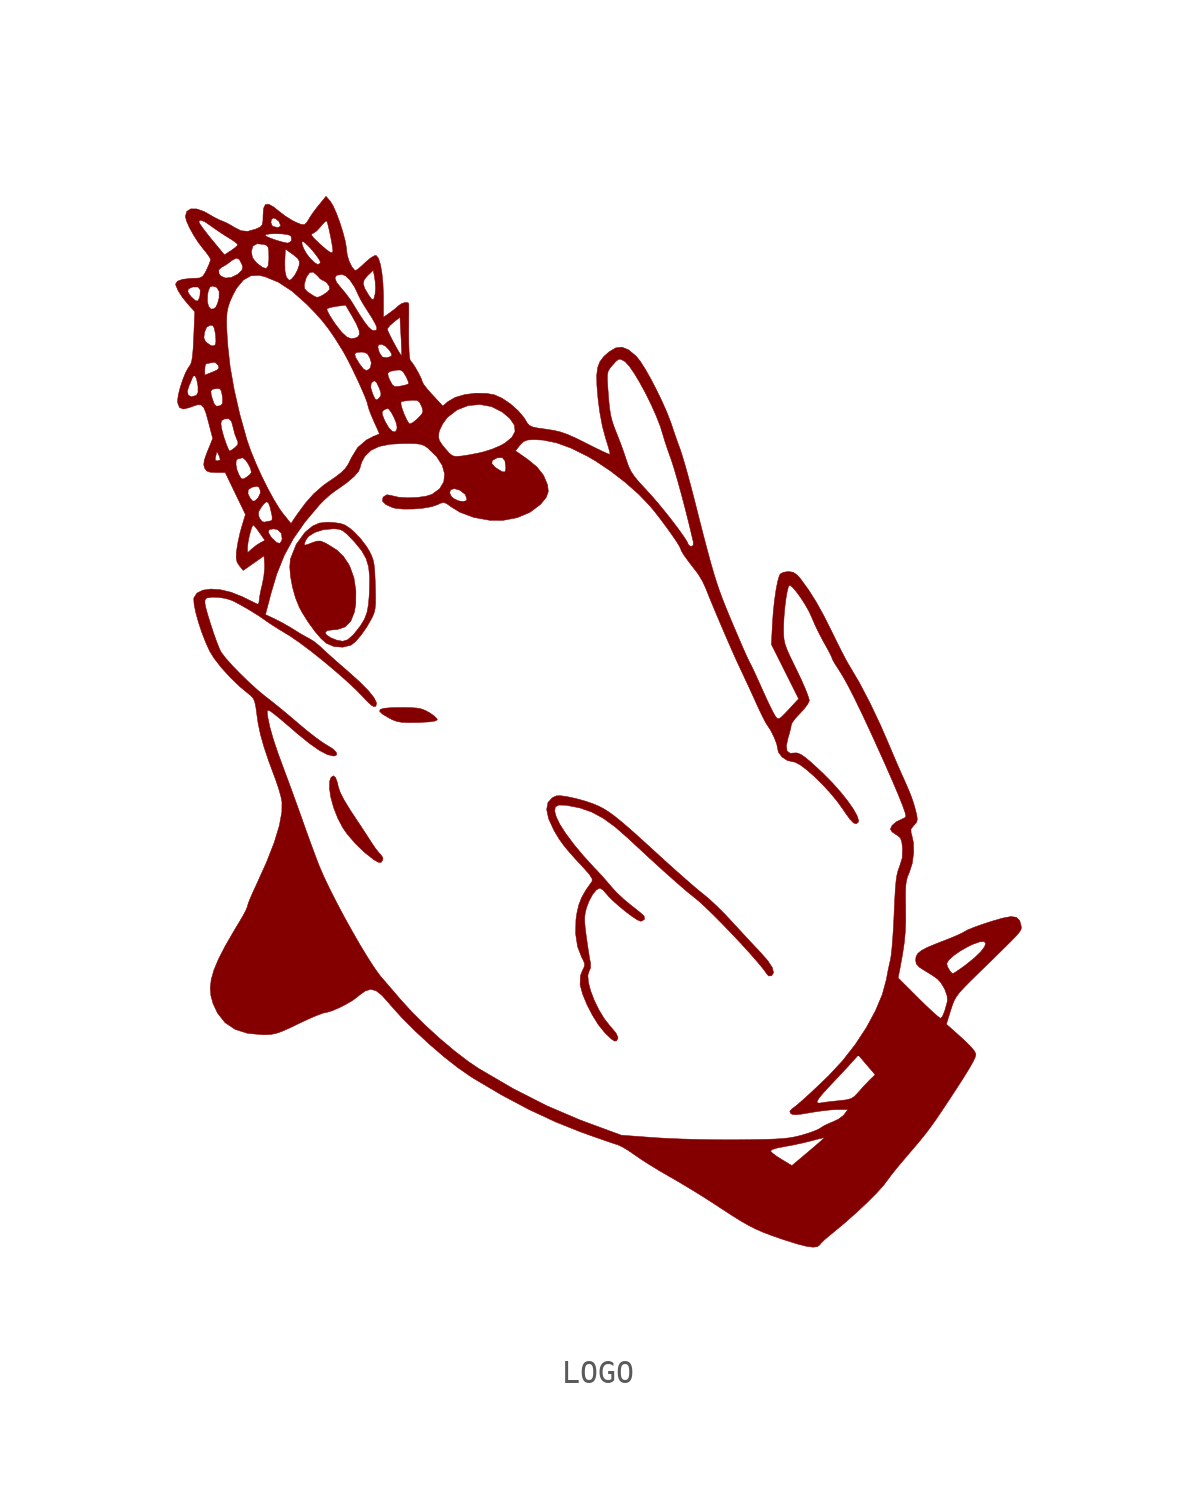
<source format=kicad_sym>
(kicad_symbol_lib
  (version 20220914)
  (generator bitmap2component)
  (symbol "LOGO"
    (pin_names
      (offset 1.016))
    (property "Reference" "#G"
      (at 0 23.41 0)
      (effects (font (size 1.27 1.27)) hide))
    (symbol "LOGO_0_0"
      (polyline (pts (xy 13.586 -22.91) (xy 13.691 -22.825) (xy 13.732 -22.77) (xy 13.886 -22.616) (xy 14.095 -22.438) (xy 14.242 -22.32) (xy 14.773 -21.877) (xy 15.284 -21.425) (xy 15.753 -20.986) (xy 16.155 -20.583) (xy 16.468 -20.237) (xy 16.669 -19.97) (xy 16.771 -19.83) (xy 16.961 -19.59) (xy 17.208 -19.289) (xy 17.485 -18.963) (xy 17.746 -18.658) (xy 18.044 -18.306) (xy 18.29 -18.002) (xy 18.512 -17.708) (xy 18.741 -17.387) (xy 19.003 -17.001) (xy 19.329 -16.51) (xy 19.656 -16.011) (xy 19.976 -15.512) (xy 20.212 -15.128) (xy 20.371 -14.847) (xy 20.461 -14.654) (xy 20.489 -14.539) (xy 20.485 -14.501) (xy 20.422 -14.374) (xy 20.273 -14.195) (xy 20.023 -13.947) (xy 19.656 -13.612) (xy 19.206 -13.213) (xy 19.397 -12.596) (xy 19.4 -12.589) (xy 19.473 -12.364) (xy 19.548 -12.179) (xy 19.645 -12.009) (xy 19.784 -11.826) (xy 19.985 -11.605) (xy 20.268 -11.318) (xy 20.653 -10.941) (xy 20.816 -10.782) (xy 21.303 -10.306) (xy 21.686 -9.931) (xy 21.977 -9.643) (xy 22.187 -9.428) (xy 22.33 -9.272) (xy 22.417 -9.16) (xy 22.46 -9.08) (xy 22.473 -9.017) (xy 22.467 -8.956) (xy 22.454 -8.885) (xy 22.401 -8.697) (xy 22.26 -8.554) (xy 22.02 -8.52) (xy 21.659 -8.587) (xy 21.657 -8.588) (xy 21.22 -8.714) (xy 20.797 -8.85) (xy 20.424 -8.983) (xy 20.139 -9.099) (xy 19.981 -9.185) (xy 19.901 -9.232) (xy 19.681 -9.335) (xy 19.37 -9.466) (xy 19.008 -9.608) (xy 18.777 -9.697) (xy 18.386 -9.86) (xy 18.123 -9.997) (xy 17.964 -10.124) (xy 17.886 -10.26) (xy 17.865 -10.419) (xy 17.865 -10.435) (xy 17.898 -10.58) (xy 19.219 -10.58) (xy 19.221 -10.561) (xy 19.316 -10.409) (xy 19.53 -10.216) (xy 19.83 -10.009) (xy 20.187 -9.81) (xy 20.35 -9.733) (xy 20.66 -9.623) (xy 20.849 -9.61) (xy 20.918 -9.685) (xy 20.869 -9.837) (xy 20.704 -10.054) (xy 20.426 -10.324) (xy 20.035 -10.638) (xy 20.006 -10.66) (xy 19.761 -10.835) (xy 19.575 -10.96) (xy 19.484 -11.007) (xy 19.452 -10.993) (xy 19.354 -10.881) (xy 19.261 -10.718) (xy 19.219 -10.58) (xy 17.898 -10.58) (xy 17.901 -10.59) (xy 18.023 -10.726) (xy 18.267 -10.883) (xy 18.419 -10.974) (xy 18.663 -11.131) (xy 18.826 -11.251) (xy 18.971 -11.412) (xy 19.133 -11.686) (xy 19.235 -11.971) (xy 19.249 -12.201) (xy 19.233 -12.272) (xy 19.131 -12.64) (xy 19.035 -12.873) (xy 18.95 -12.954) (xy 18.926 -12.943) (xy 18.794 -12.84) (xy 18.578 -12.647) (xy 18.299 -12.384) (xy 17.983 -12.074) (xy 17.102 -11.194) (xy 17.182 -10.783) (xy 17.189 -10.747) (xy 17.299 -10.142) (xy 17.373 -9.638) (xy 17.415 -9.174) (xy 17.432 -8.691) (xy 17.428 -8.128) (xy 17.424 -7.842) (xy 17.423 -7.445) (xy 17.436 -7.158) (xy 17.466 -6.945) (xy 17.517 -6.767) (xy 17.593 -6.588) (xy 17.715 -6.212) (xy 17.777 -5.76) (xy 17.771 -5.314) (xy 17.693 -4.946) (xy 17.667 -4.872) (xy 17.661 -4.706) (xy 17.777 -4.556) (xy 17.821 -4.514) (xy 17.909 -4.403) (xy 17.938 -4.274) (xy 17.911 -4.078) (xy 17.831 -3.768) (xy 17.767 -3.55) (xy 17.685 -3.311) (xy 17.574 -3.032) (xy 17.42 -2.674) (xy 17.208 -2.201) (xy 17.147 -2.064) (xy 17.011 -1.751) (xy 16.848 -1.37) (xy 16.68 -0.974) (xy 16.344 -0.198) (xy 15.873 0.797) (xy 15.404 1.692) (xy 14.953 2.455) (xy 14.931 2.491) (xy 14.809 2.711) (xy 14.64 3.035) (xy 14.442 3.428) (xy 14.236 3.85) (xy 14.224 3.873) (xy 13.861 4.599) (xy 13.526 5.202) (xy 13.196 5.724) (xy 12.848 6.202) (xy 12.708 6.364) (xy 12.531 6.487) (xy 12.322 6.519) (xy 12.312 6.519) (xy 12.097 6.487) (xy 11.963 6.413) (xy 11.922 6.334) (xy 11.848 6.082) (xy 11.777 5.712) (xy 11.712 5.259) (xy 11.658 4.755) (xy 11.622 4.233) (xy 11.577 3.344) (xy 12.171 2.158) (xy 12.765 0.972) (xy 12.327 0.501) (xy 12.161 0.324) (xy 11.999 0.165) (xy 11.898 0.103) (xy 11.828 0.122) (xy 11.755 0.206) (xy 11.749 0.215) (xy 11.659 0.373) (xy 11.521 0.647) (xy 11.354 1) (xy 11.174 1.397) (xy 11.152 1.448) (xy 10.975 1.84) (xy 10.817 2.184) (xy 10.693 2.443) (xy 10.62 2.582) (xy 10.612 2.597) (xy 10.536 2.753) (xy 10.409 3.035) (xy 10.243 3.414) (xy 10.05 3.865) (xy 9.84 4.36) (xy 9.733 4.615) (xy 9.573 5.005) (xy 9.433 5.361) (xy 9.306 5.707) (xy 9.185 6.064) (xy 9.064 6.453) (xy 8.936 6.898) (xy 8.794 7.419) (xy 8.631 8.038) (xy 8.441 8.779) (xy 8.218 9.661) (xy 8.214 9.676) (xy 8.072 10.224) (xy 7.929 10.753) (xy 7.795 11.227) (xy 7.68 11.609) (xy 7.596 11.863) (xy 7.498 12.129) (xy 7.359 12.527) (xy 7.244 12.869) (xy 7.202 12.995) (xy 7.034 13.432) (xy 6.82 13.918) (xy 6.578 14.421) (xy 6.327 14.906) (xy 6.084 15.336) (xy 5.866 15.678) (xy 5.692 15.898) (xy 5.669 15.921) (xy 5.347 16.187) (xy 5.062 16.301) (xy 4.788 16.269) (xy 4.496 16.094) (xy 4.265 15.887) (xy 4.103 15.67) (xy 4.004 15.413) (xy 3.962 15.084) (xy 4.427 15.084) (xy 4.459 15.244) (xy 4.534 15.377) (xy 4.664 15.531) (xy 4.791 15.673) (xy 4.91 15.77) (xy 5.017 15.77) (xy 5.166 15.691) (xy 5.212 15.659) (xy 5.39 15.461) (xy 5.608 15.145) (xy 5.849 14.741) (xy 6.098 14.279) (xy 6.339 13.79) (xy 6.556 13.303) (xy 6.733 12.85) (xy 6.854 12.46) (xy 6.867 12.413) (xy 6.946 12.155) (xy 7.06 11.816) (xy 7.188 11.455) (xy 7.215 11.38) (xy 7.338 10.996) (xy 7.487 10.488) (xy 7.653 9.887) (xy 7.827 9.226) (xy 7.999 8.537) (xy 8.162 7.853) (xy 8.17 7.815) (xy 8.173 7.663) (xy 8.087 7.62) (xy 8.027 7.628) (xy 7.959 7.691) (xy 7.913 7.803) (xy 7.775 8.021) (xy 7.566 8.318) (xy 7.306 8.666) (xy 7.013 9.039) (xy 6.709 9.413) (xy 6.413 9.76) (xy 6.146 10.054) (xy 6.134 10.067) (xy 5.824 10.401) (xy 5.608 10.66) (xy 5.459 10.883) (xy 5.35 11.113) (xy 5.254 11.388) (xy 5.143 11.719) (xy 4.98 12.169) (xy 4.821 12.573) (xy 4.736 12.787) (xy 4.642 13.056) (xy 4.575 13.323) (xy 4.525 13.63) (xy 4.485 14.02) (xy 4.447 14.537) (xy 4.428 14.849) (xy 4.427 15.084) (xy 3.962 15.084) (xy 3.962 15.084) (xy 3.969 14.653) (xy 4.016 14.087) (xy 4.091 13.493) (xy 4.21 12.85) (xy 4.351 12.327) (xy 4.387 12.215) (xy 4.476 11.925) (xy 4.532 11.715) (xy 4.542 11.626) (xy 4.535 11.626) (xy 4.421 11.667) (xy 4.192 11.771) (xy 3.877 11.923) (xy 3.504 12.111) (xy 3.477 12.125) (xy 3.035 12.345) (xy 2.689 12.498) (xy 2.393 12.601) (xy 2.1 12.671) (xy 1.762 12.724) (xy 1.73 12.728) (xy 1.388 12.776) (xy 1.169 12.823) (xy 1.032 12.888) (xy 0.938 12.989) (xy 0.844 13.146) (xy 0.793 13.227) (xy 0.535 13.533) (xy 0.198 13.831) (xy -0.163 14.075) (xy -0.491 14.221) (xy -0.833 14.284) (xy -1.312 14.294) (xy -1.789 14.234) (xy -2.209 14.11) (xy -2.52 13.93) (xy -2.746 13.736) (xy -3.191 14.213) (xy -3.233 14.259) (xy -3.438 14.493) (xy -3.583 14.681) (xy -3.638 14.785) (xy -3.639 14.795) (xy -3.692 14.942) (xy -3.803 15.165) (xy -3.939 15.406) (xy -4.068 15.607) (xy -4.159 15.712) (xy -4.165 15.718) (xy -4.194 15.842) (xy -4.217 16.103) (xy -4.23 16.472) (xy -4.233 16.92) (xy -4.232 17.03) (xy -4.23 17.452) (xy -4.228 17.809) (xy -4.228 18.066) (xy -4.229 18.188) (xy -4.26 18.238) (xy -4.386 18.251) (xy -4.554 18.197) (xy -4.7 18.089) (xy -4.717 18.071) (xy -4.86 17.948) (xy -5.06 17.799) (xy -5.334 17.606) (xy -5.334 18.441) (xy -5.335 18.552) (xy -5.355 19.077) (xy -5.402 19.541) (xy -5.469 19.917) (xy -5.554 20.178) (xy -5.65 20.297) (xy -5.726 20.289) (xy -5.904 20.184) (xy -6.127 19.993) (xy -6.289 19.84) (xy -6.456 19.698) (xy -6.545 19.643) (xy -6.601 19.667) (xy -6.715 19.81) (xy -6.825 20.037) (xy -6.909 20.295) (xy -6.942 20.532) (xy -6.948 20.628) (xy -7.004 20.942) (xy -7.106 21.329) (xy -7.238 21.744) (xy -7.384 22.136) (xy -7.527 22.458) (xy -7.654 22.663) (xy -7.839 22.878) (xy -8.139 22.509) (xy -8.259 22.359) (xy -8.429 22.132) (xy -8.535 21.971) (xy -8.541 21.962) (xy -8.673 21.74) (xy -8.78 21.644) (xy -8.921 21.653) (xy -9.151 21.746) (xy -9.309 21.825) (xy -9.62 22.02) (xy -9.906 22.24) (xy -10.108 22.404) (xy -10.334 22.532) (xy -10.48 22.517) (xy -10.56 22.356) (xy -10.583 22.045) (xy -10.588 21.795) (xy -10.602 21.727) (xy -10.24 21.727) (xy -10.222 21.865) (xy -10.135 21.929) (xy -10.05 21.911) (xy -9.892 21.788) (xy -9.821 21.615) (xy -9.829 21.574) (xy -9.932 21.515) (xy -10.139 21.561) (xy -10.188 21.597) (xy -10.24 21.727) (xy -10.602 21.727) (xy -10.621 21.634) (xy -10.708 21.539) (xy -10.877 21.459) (xy -10.9 21.449) (xy -11.25 21.35) (xy -11.547 21.377) (xy -11.855 21.536) (xy -11.905 21.569) (xy -12.153 21.709) (xy -12.361 21.799) (xy -12.458 21.836) (xy -12.698 21.954) (xy -12.961 22.107) (xy -13.152 22.214) (xy -13.475 22.327) (xy -13.735 22.329) (xy -13.907 22.22) (xy -13.97 22.004) (xy -13.923 21.809) (xy -13.9 21.756) (xy -13.377 21.756) (xy -13.373 21.792) (xy -13.297 21.838) (xy -13.118 21.765) (xy -12.831 21.569) (xy -12.723 21.489) (xy -12.391 21.262) (xy -12.258 21.179) (xy -10.499 21.179) (xy -10.451 21.212) (xy -10.281 21.239) (xy -10.038 21.248) (xy -9.775 21.24) (xy -9.547 21.215) (xy -9.484 21.197) (xy -8.477 21.197) (xy -8.45 21.247) (xy -8.405 21.259) (xy -8.248 21.366) (xy -8.078 21.55) (xy -8.01 21.636) (xy -7.879 21.771) (xy -7.807 21.805) (xy -7.806 21.804) (xy -7.771 21.704) (xy -7.718 21.489) (xy -7.657 21.211) (xy -7.6 20.921) (xy -7.557 20.671) (xy -7.538 20.511) (xy -7.539 20.484) (xy -7.572 20.416) (xy -7.671 20.445) (xy -7.852 20.578) (xy -8.133 20.824) (xy -8.367 21.051) (xy -8.477 21.197) (xy -9.484 21.197) (xy -9.407 21.174) (xy -9.354 21.117) (xy -9.341 20.964) (xy -9.382 20.897) (xy -9.416 20.88) (xy -8.893 20.88) (xy -8.835 20.903) (xy -8.735 20.833) (xy -8.571 20.672) (xy -8.389 20.466) (xy -8.225 20.254) (xy -8.111 20.08) (xy -8.083 19.985) (xy -8.117 19.94) (xy -8.202 19.907) (xy -8.329 19.98) (xy -8.529 20.172) (xy -8.54 20.184) (xy -8.682 20.367) (xy -8.799 20.571) (xy -8.875 20.756) (xy -8.893 20.88) (xy -9.416 20.88) (xy -9.501 20.838) (xy -9.531 20.841) (xy -9.741 20.885) (xy -9.994 20.958) (xy -10.24 21.044) (xy -10.425 21.123) (xy -10.499 21.179) (xy -12.258 21.179) (xy -12.075 21.063) (xy -11.923 20.968) (xy -11.751 20.843) (xy -11.685 20.767) (xy -11.693 20.747) (xy -11.794 20.646) (xy -11.976 20.513) (xy -12.076 20.449) (xy -11.091 20.449) (xy -11.09 20.492) (xy -11.021 20.713) (xy -10.842 20.808) (xy -10.548 20.78) (xy -10.435 20.741) (xy -10.364 20.664) (xy -10.335 20.507) (xy -10.329 20.226) (xy -10.331 20.098) (xy -10.341 20.017) (xy -9.635 20.017) (xy -9.61 20.576) (xy -9.285 20.345) (xy -9.258 20.325) (xy -9.072 20.171) (xy -8.999 20.039) (xy -9.009 19.875) (xy -9.076 19.671) (xy -9.206 19.43) (xy -9.326 19.285) (xy -9.409 19.222) (xy -9.457 19.229) (xy -9.566 19.353) (xy -9.627 19.621) (xy -9.635 20.017) (xy -10.341 20.017) (xy -10.362 19.838) (xy -10.444 19.733) (xy -10.595 19.772) (xy -10.831 19.947) (xy -10.879 19.989) (xy -11.044 20.201) (xy -11.091 20.449) (xy -12.076 20.449) (xy -12.266 20.326) (xy -12.822 20.997) (xy -12.987 21.201) (xy -13.188 21.462) (xy -13.326 21.658) (xy -13.377 21.756) (xy -13.9 21.756) (xy -13.797 21.523) (xy -13.616 21.193) (xy -13.405 20.865) (xy -13.19 20.583) (xy -13.054 20.418) (xy -12.921 20.231) (xy -12.869 20.123) (xy -12.878 20.078) (xy -12.941 19.903) (xy -13.045 19.672) (xy -12.514 19.672) (xy -12.383 19.787) (xy -12.37 19.792) (xy -12.197 19.89) (xy -11.994 20.039) (xy -11.934 20.086) (xy -11.749 20.182) (xy -11.617 20.128) (xy -11.506 19.916) (xy -11.47 19.786) (xy -11.505 19.654) (xy -11.659 19.504) (xy -11.697 19.474) (xy -11.967 19.34) (xy -12.229 19.315) (xy -12.429 19.406) (xy -12.502 19.505) (xy -12.514 19.672) (xy -13.045 19.672) (xy -13.046 19.669) (xy -13.1 19.561) (xy -13.212 19.39) (xy -13.341 19.319) (xy -13.544 19.304) (xy -13.723 19.3) (xy -14.084 19.259) (xy -14.313 19.178) (xy -14.393 19.061) (xy -14.384 18.994) (xy -14.282 18.757) (xy -14.257 18.719) (xy -13.867 18.719) (xy -13.839 18.84) (xy -13.661 18.919) (xy -13.635 18.925) (xy -13.42 18.924) (xy -13.32 18.8) (xy -13.333 18.55) (xy -13.357 18.453) (xy -13.426 18.315) (xy -13.53 18.327) (xy -13.701 18.484) (xy -13.748 18.535) (xy -13.867 18.719) (xy -14.257 18.719) (xy -14.086 18.457) (xy -13.949 18.291) (xy -13.011 18.291) (xy -13.001 18.584) (xy -12.966 18.767) (xy -12.897 18.922) (xy -12.79 18.965) (xy -12.606 18.911) (xy -12.497 18.733) (xy -12.5 18.448) (xy -12.503 18.434) (xy -12.565 18.208) (xy -12.638 18.055) (xy -12.723 17.975) (xy -12.854 17.961) (xy -12.956 18.075) (xy -13.011 18.291) (xy -13.949 18.291) (xy -13.818 18.132) (xy -13.56 17.849) (xy -13.572 17.545) (xy -12.172 17.545) (xy -12.15 17.829) (xy -12.099 18.073) (xy -12.015 18.31) (xy -11.896 18.576) (xy -11.733 18.876) (xy -11.442 19.226) (xy -11.118 19.412) (xy -10.764 19.433) (xy -10.506 19.375) (xy -9.919 19.135) (xy -9.748 19.023) (xy -8.789 19.023) (xy -8.715 19.285) (xy -8.683 19.367) (xy -8.552 19.554) (xy -8.398 19.574) (xy -8.225 19.427) (xy -8.222 19.424) (xy -8.125 19.318) (xy -7.45 19.318) (xy -7.373 19.434) (xy -7.145 19.473) (xy -6.988 19.411) (xy -6.792 19.219) (xy -6.695 19.075) (xy -6.216 19.075) (xy -6.172 19.245) (xy -6.023 19.419) (xy -5.78 19.652) (xy -5.727 19.383) (xy -5.692 19.136) (xy -5.679 18.849) (xy -5.698 18.628) (xy -5.742 18.44) (xy -5.787 18.371) (xy -5.858 18.404) (xy -5.978 18.569) (xy -5.982 18.575) (xy -6.154 18.866) (xy -6.216 19.075) (xy -6.695 19.075) (xy -6.597 18.93) (xy -6.432 18.578) (xy -6.349 18.408) (xy -6.2 18.151) (xy -6.02 17.867) (xy -5.845 17.592) (xy -5.706 17.349) (xy -5.632 17.192) (xy -5.628 17.18) (xy -5.626 17.084) (xy -5.165 17.084) (xy -5.158 17.109) (xy -5.062 17.235) (xy -4.889 17.391) (xy -4.614 17.607) (xy -4.571 16.783) (xy -4.559 16.56) (xy -4.546 16.245) (xy -4.54 16.023) (xy -4.542 15.932) (xy -4.57 15.956) (xy -4.657 16.089) (xy -4.779 16.301) (xy -4.913 16.548) (xy -5.038 16.789) (xy -5.129 16.982) (xy -5.165 17.084) (xy -5.626 17.084) (xy -5.625 17.052) (xy -5.747 17.018) (xy -5.749 17.018) (xy -5.856 17.057) (xy -5.992 17.182) (xy -6.168 17.41) (xy -6.396 17.756) (xy -6.69 18.236) (xy -6.766 18.355) (xy -6.978 18.642) (xy -7.205 18.911) (xy -7.377 19.125) (xy -7.45 19.318) (xy -8.125 19.318) (xy -8.089 19.279) (xy -7.995 19.219) (xy -7.953 19.212) (xy -7.812 19.116) (xy -7.701 18.964) (xy -7.678 18.827) (xy -7.781 18.705) (xy -7.965 18.581) (xy -8.126 18.498) (xy -8.231 18.473) (xy -8.342 18.517) (xy -8.53 18.636) (xy -8.65 18.718) (xy -8.774 18.854) (xy -8.789 19.023) (xy -9.748 19.023) (xy -9.318 18.741) (xy -8.693 18.186) (xy -8.482 17.97) (xy -7.8 17.97) (xy -7.769 17.989) (xy -7.604 18.04) (xy -7.363 18.084) (xy -6.985 18.134) (xy -6.718 17.682) (xy -6.517 17.319) (xy -6.399 17.041) (xy -6.378 16.859) (xy -6.447 16.755) (xy -6.532 16.708) (xy -6.729 16.667) (xy -6.928 16.743) (xy -7.152 16.948) (xy -7.422 17.295) (xy -7.513 17.426) (xy -7.678 17.685) (xy -7.78 17.878) (xy -7.8 17.97) (xy -8.482 17.97) (xy -8.331 17.815) (xy -8.009 17.456) (xy -7.726 17.095) (xy -7.445 16.684) (xy -7.205 16.299) (xy -5.58 16.299) (xy -5.55 16.4) (xy -5.424 16.425) (xy -5.409 16.424) (xy -5.247 16.346) (xy -5.086 16.18) (xy -4.988 16.029) (xy -4.968 15.936) (xy -5.045 15.884) (xy -5.199 15.84) (xy -5.386 15.873) (xy -5.505 16.05) (xy -5.521 16.09) (xy -5.58 16.299) (xy -7.205 16.299) (xy -7.125 16.171) (xy -7.027 16.002) (xy -6.587 16.002) (xy -6.511 16.07) (xy -6.318 16.087) (xy -6.186 16.08) (xy -6.03 16.009) (xy -5.923 15.823) (xy -5.863 15.619) (xy -5.897 15.425) (xy -5.955 15.345) (xy -6.074 15.277) (xy -6.207 15.351) (xy -6.379 15.574) (xy -6.402 15.609) (xy -6.55 15.857) (xy -6.587 16.002) (xy -7.027 16.002) (xy -7.026 16.001) (xy -6.851 15.671) (xy -6.66 15.287) (xy -6.6 15.161) (xy -5.147 15.161) (xy -5.052 15.242) (xy -4.812 15.294) (xy -4.782 15.299) (xy -4.599 15.306) (xy -4.48 15.232) (xy -4.361 15.04) (xy -4.325 14.972) (xy -4.249 14.791) (xy -4.237 14.701) (xy -4.247 14.694) (xy -4.377 14.651) (xy -4.59 14.604) (xy -4.658 14.592) (xy -4.836 14.581) (xy -4.944 14.655) (xy -5.05 14.849) (xy -5.121 15.007) (xy -5.147 15.161) (xy -6.6 15.161) (xy -6.468 14.884) (xy -6.314 14.545) (xy -5.889 14.545) (xy -5.869 14.72) (xy -5.84 14.762) (xy -5.737 14.839) (xy -5.637 14.766) (xy -5.525 14.535) (xy -5.51 14.499) (xy -5.444 14.299) (xy -5.451 14.179) (xy -5.532 14.075) (xy -5.563 14.044) (xy -5.644 14.001) (xy -5.714 14.068) (xy -5.806 14.269) (xy -5.806 14.269) (xy -5.889 14.545) (xy -6.314 14.545) (xy -6.292 14.495) (xy -6.146 14.155) (xy -6.048 13.897) (xy -6.026 13.813) (xy -4.571 13.813) (xy -4.567 13.916) (xy -4.545 13.927) (xy -4.395 13.957) (xy -4.163 13.983) (xy -4.065 13.99) (xy -3.875 13.982) (xy -3.768 13.909) (xy -3.681 13.739) (xy -3.648 13.659) (xy -3.613 13.506) (xy -3.664 13.38) (xy -3.821 13.21) (xy -3.885 13.149) (xy -4.062 13.01) (xy -4.184 12.954) (xy -4.234 12.993) (xy -4.327 13.15) (xy -4.429 13.375) (xy -4.518 13.614) (xy -4.571 13.813) (xy -6.026 13.813) (xy -6.011 13.755) (xy -6.011 13.75) (xy -5.973 13.613) (xy -5.924 13.483) (xy -5.391 13.483) (xy -5.33 13.551) (xy -5.263 13.589) (xy -5.152 13.63) (xy -5.089 13.589) (xy -4.979 13.435) (xy -4.866 13.219) (xy -4.777 12.996) (xy -4.741 12.822) (xy -4.753 12.709) (xy -4.827 12.605) (xy -4.95 12.633) (xy -5.099 12.783) (xy -5.252 13.044) (xy -5.308 13.166) (xy -5.386 13.369) (xy -5.391 13.483) (xy -5.924 13.483) (xy -5.883 13.375) (xy -5.759 13.084) (xy -5.506 12.521) (xy -5.78 12.406) (xy -5.811 12.391) (xy -2.934 12.391) (xy -2.913 12.584) (xy -2.889 12.675) (xy -2.756 12.952) (xy -2.565 13.216) (xy -2.539 13.244) (xy -2.126 13.565) (xy -1.645 13.752) (xy -1.131 13.802) (xy -0.621 13.71) (xy -0.154 13.472) (xy 0.18 13.188) (xy 0.375 12.9) (xy 0.403 12.627) (xy 0.262 12.366) (xy -0.045 12.114) (xy -0.238 12.008) (xy -0.595 11.856) (xy -0.953 11.742) (xy -1.196 11.685) (xy -1.58 11.61) (xy -1.905 11.559) (xy -1.952 11.554) (xy -2.176 11.537) (xy -2.326 11.57) (xy -2.464 11.679) (xy -2.65 11.891) (xy -2.776 12.046) (xy -2.896 12.231) (xy -2.934 12.391) (xy -5.811 12.391) (xy -6.072 12.258) (xy -6.456 11.929) (xy -6.732 11.479) (xy -6.755 11.429) (xy -6.872 11.195) (xy -7.002 11.007) (xy -7.178 10.832) (xy -7.433 10.636) (xy -7.8 10.385) (xy -7.971 10.262) (xy -8.379 9.904) (xy -8.721 9.52) (xy -8.729 9.509) (xy -8.936 9.231) (xy -9.117 8.981) (xy -9.233 8.813) (xy -9.364 8.612) (xy -9.731 9.068) (xy -9.869 9.26) (xy -10.112 9.657) (xy -10.378 10.147) (xy -10.647 10.689) (xy -10.899 11.245) (xy -11.116 11.774) (xy -11.277 12.234) (xy -11.293 12.287) (xy -11.596 13.372) (xy -11.84 14.438) (xy -12.017 15.441) (xy -12.117 16.341) (xy -12.143 16.714) (xy -12.169 17.185) (xy -12.172 17.545) (xy -13.572 17.545) (xy -13.606 16.735) (xy -13.608 16.708) (xy -13.163 16.708) (xy -13.138 16.933) (xy -13.135 16.95) (xy -13.045 17.17) (xy -12.898 17.255) (xy -12.88 17.258) (xy -12.774 17.241) (xy -12.71 17.133) (xy -12.663 16.896) (xy -12.649 16.782) (xy -12.638 16.555) (xy -12.658 16.426) (xy -12.711 16.365) (xy -12.836 16.36) (xy -13.026 16.489) (xy -13.1 16.561) (xy -13.163 16.708) (xy -13.608 16.708) (xy -13.629 16.268) (xy -13.657 15.929) (xy -13.693 15.699) (xy -13.742 15.549) (xy -13.809 15.449) (xy -13.827 15.428) (xy -13.947 15.216) (xy -14.002 15.084) (xy -13.123 15.084) (xy -13.123 15.332) (xy -13.105 15.505) (xy -13.06 15.58) (xy -12.986 15.59) (xy -12.813 15.63) (xy -12.674 15.636) (xy -12.541 15.514) (xy -12.533 15.497) (xy -12.507 15.39) (xy -12.581 15.309) (xy -12.788 15.216) (xy -13.123 15.084) (xy -14.002 15.084) (xy -14.076 14.906) (xy -14.192 14.556) (xy -14.236 14.384) (xy -13.884 14.384) (xy -13.807 14.627) (xy -13.764 14.715) (xy -13.682 14.922) (xy -13.634 15.032) (xy -13.559 15.06) (xy -13.487 14.937) (xy -13.431 14.674) (xy -13.419 14.577) (xy -13.418 14.389) (xy -12.859 14.389) (xy -12.788 14.465) (xy -12.612 14.497) (xy -12.589 14.5) (xy -12.467 14.486) (xy -12.401 14.388) (xy -12.358 14.164) (xy -12.344 14.041) (xy -12.353 13.846) (xy -12.427 13.761) (xy -12.482 13.742) (xy -12.619 13.73) (xy -12.711 13.824) (xy -12.795 14.055) (xy -12.843 14.228) (xy -12.859 14.389) (xy -13.418 14.389) (xy -13.418 14.329) (xy -13.483 14.21) (xy -13.508 14.194) (xy -13.712 14.137) (xy -13.845 14.21) (xy -13.884 14.384) (xy -14.236 14.384) (xy -14.276 14.224) (xy -14.309 13.969) (xy -14.303 13.87) (xy -14.225 13.668) (xy -14.049 13.603) (xy -13.773 13.673) (xy -13.67 13.715) (xy -13.441 13.79) (xy -13.283 13.783) (xy -13.17 13.673) (xy -13.075 13.439) (xy -12.97 13.06) (xy -12.948 12.975) (xy -12.42 12.975) (xy -12.39 13.101) (xy -12.28 13.165) (xy -12.244 13.175) (xy -12.07 13.18) (xy -11.96 13.064) (xy -11.888 12.803) (xy -11.884 12.783) (xy -11.813 12.509) (xy -11.725 12.281) (xy -11.679 12.177) (xy -11.683 12.05) (xy -11.813 11.921) (xy -11.956 11.815) (xy -12.036 11.769) (xy -12.042 11.771) (xy -12.099 11.865) (xy -12.182 12.065) (xy -12.271 12.321) (xy -12.349 12.582) (xy -12.399 12.799) (xy -12.42 12.975) (xy -12.948 12.975) (xy -12.777 12.319) (xy -12.999 11.775) (xy -13.055 11.635) (xy -13.107 11.479) (xy -12.667 11.479) (xy -12.644 11.548) (xy -12.609 11.712) (xy -12.593 11.73) (xy -12.542 11.661) (xy -12.485 11.534) (xy -12.452 11.409) (xy -12.467 11.377) (xy -12.582 11.345) (xy -12.659 11.366) (xy -12.667 11.479) (xy -13.107 11.479) (xy -13.146 11.364) (xy -13.168 11.184) (xy -11.764 11.184) (xy -11.755 11.36) (xy -11.691 11.43) (xy -11.653 11.433) (xy -11.496 11.475) (xy -11.464 11.475) (xy -11.354 11.386) (xy -11.231 11.215) (xy -11.132 11.016) (xy -11.091 10.844) (xy -11.151 10.755) (xy -11.301 10.635) (xy -11.314 10.627) (xy -11.455 10.55) (xy -11.543 10.584) (xy -11.639 10.748) (xy -11.721 10.957) (xy -11.764 11.184) (xy -13.168 11.184) (xy -13.168 11.178) (xy -13.132 11.034) (xy -13.127 11.024) (xy -13.041 10.906) (xy -12.896 10.851) (xy -12.638 10.837) (xy -12.233 10.837) (xy -11.792 9.923) (xy -11.788 9.914) (xy -11.241 9.914) (xy -11.23 10.091) (xy -11.07 10.191) (xy -11.038 10.2) (xy -10.854 10.236) (xy -10.764 10.199) (xy -10.708 10.069) (xy -10.697 9.944) (xy -10.8 9.731) (xy -10.944 9.595) (xy -11.046 9.596) (xy -11.156 9.736) (xy -11.241 9.914) (xy -11.788 9.914) (xy -11.351 9.008) (xy -11.361 8.973) (xy -10.784 8.973) (xy -10.776 9.128) (xy -10.663 9.32) (xy -10.55 9.468) (xy -10.437 9.561) (xy -10.352 9.521) (xy -10.279 9.336) (xy -10.202 8.996) (xy -10.186 8.903) (xy -10.192 8.76) (xy -10.273 8.721) (xy -10.323 8.718) (xy -10.519 8.675) (xy -10.624 8.695) (xy -10.739 8.851) (xy -10.784 8.973) (xy -11.361 8.973) (xy -11.515 8.465) (xy -11.588 8.2) (xy -11.677 7.799) (xy -11.733 7.452) (xy -11.741 7.382) (xy -11.743 7.337) (xy -11.261 7.337) (xy -11.261 7.562) (xy -11.26 7.581) (xy -11.237 7.789) (xy -11.188 8.043) (xy -11.124 8.29) (xy -11.06 8.476) (xy -11.01 8.548) (xy -10.983 8.529) (xy -10.877 8.407) (xy -10.756 8.241) (xy -10.358 8.241) (xy -10.314 8.348) (xy -10.123 8.382) (xy -9.95 8.346) (xy -9.787 8.191) (xy -9.751 7.949) (xy -9.767 7.873) (xy -9.847 7.749) (xy -9.984 7.78) (xy -10.183 7.966) (xy -10.256 8.056) (xy -10.358 8.241) (xy -10.756 8.241) (xy -10.734 8.211) (xy -10.503 7.878) (xy -10.691 7.781) (xy -10.863 7.674) (xy -11.07 7.51) (xy -11.261 7.337) (xy -11.743 7.337) (xy -11.753 7.111) (xy -11.716 6.93) (xy -11.617 6.775) (xy -11.449 6.567) (xy -10.995 6.885) (xy -10.541 7.204) (xy -10.515 6.827) (xy -10.516 6.641) (xy -10.552 6.291) (xy -10.621 5.943) (xy -10.678 5.707) (xy -10.732 5.431) (xy -10.753 5.251) (xy -10.767 5.142) (xy -10.816 5.094) (xy -10.826 5.099) (xy -10.954 5.16) (xy -11.183 5.272) (xy -11.472 5.414) (xy -11.49 5.423) (xy -11.97 5.615) (xy -12.435 5.726) (xy -12.857 5.757) (xy -13.209 5.708) (xy -13.465 5.58) (xy -13.598 5.372) (xy -13.604 5.329) (xy -13.594 5.163) (xy -13.12 5.163) (xy -13.113 5.278) (xy -13.071 5.343) (xy -13.012 5.372) (xy -12.795 5.403) (xy -12.504 5.392) (xy -12.198 5.342) (xy -11.938 5.259) (xy -11.824 5.204) (xy -11.496 5.028) (xy -11.122 4.809) (xy -10.766 4.587) (xy -10.492 4.397) (xy -10.425 4.349) (xy -10.176 4.183) (xy -9.854 3.979) (xy -9.511 3.771) (xy -9.389 3.696) (xy -8.983 3.417) (xy -8.504 3.057) (xy -7.985 2.644) (xy -7.462 2.207) (xy -6.968 1.775) (xy -6.539 1.375) (xy -6.207 1.035) (xy -6.043 0.86) (xy -5.861 0.69) (xy -5.743 0.626) (xy -5.664 0.653) (xy -5.635 0.792) (xy -5.745 1.019) (xy -5.993 1.328) (xy -6.377 1.716) (xy -6.893 2.178) (xy -6.913 2.196) (xy -7.263 2.499) (xy -7.592 2.79) (xy -7.864 3.035) (xy -8.043 3.204) (xy -8.129 3.284) (xy -8.376 3.481) (xy -8.594 3.614) (xy -8.695 3.665) (xy -8.956 3.812) (xy -9.229 3.983) (xy -9.362 4.066) (xy -9.709 4.266) (xy -10.044 4.439) (xy -10.478 4.645) (xy -10.226 5.604) (xy -9.985 6.41) (xy -9.663 7.213) (xy -9.263 7.952) (xy -8.759 8.674) (xy -8.128 9.423) (xy -7.931 9.625) (xy -7.652 9.876) (xy -7.408 10.059) (xy -7.316 10.118) (xy -6.927 10.395) (xy -6.621 10.658) (xy -6.421 10.884) (xy -6.35 11.054) (xy -6.347 11.089) (xy -6.282 11.293) (xy -6.157 11.522) (xy -6.13 11.561) (xy -5.876 11.805) (xy -5.522 11.972) (xy -5.049 12.069) (xy -4.435 12.103) (xy -4.259 12.103) (xy -3.934 12.094) (xy -3.715 12.066) (xy -3.559 12.009) (xy -3.419 11.917) (xy -3.399 11.901) (xy -3.016 11.53) (xy -2.824 11.23) (xy -0.613 11.23) (xy -0.588 11.361) (xy -0.397 11.467) (xy -0.353 11.481) (xy -0.153 11.485) (xy -0.039 11.351) (xy -0.001 11.07) (xy -0.006 10.953) (xy -0.049 10.857) (xy -0.164 10.876) (xy -0.381 11.006) (xy -0.473 11.071) (xy -0.613 11.23) (xy -2.824 11.23) (xy -2.771 11.149) (xy -2.667 10.775) (xy -2.706 10.427) (xy -2.889 10.124) (xy -3.115 9.959) (xy -2.451 9.959) (xy -2.4 10.086) (xy -2.247 10.135) (xy -2.018 10.069) (xy -1.995 10.057) (xy -1.769 9.88) (xy -1.695 9.673) (xy -1.728 9.607) (xy -1.868 9.571) (xy -2.067 9.603) (xy -2.267 9.699) (xy -2.374 9.793) (xy -2.451 9.959) (xy -3.115 9.959) (xy -3.217 9.885) (xy -3.49 9.801) (xy -3.866 9.75) (xy -4.28 9.735) (xy -4.667 9.759) (xy -4.962 9.825) (xy -4.994 9.836) (xy -5.182 9.867) (xy -5.32 9.787) (xy -5.36 9.739) (xy -5.375 9.586) (xy -5.231 9.44) (xy -4.933 9.307) (xy -4.812 9.277) (xy -4.466 9.242) (xy -4.049 9.245) (xy -3.622 9.28) (xy -3.243 9.345) (xy -2.973 9.435) (xy -2.861 9.492) (xy -2.72 9.531) (xy -2.589 9.487) (xy -2.397 9.349) (xy -2.011 9.11) (xy -1.395 8.878) (xy -0.688 8.752) (xy -0.126 8.75) (xy 0.495 8.867) (xy 1.05 9.1) (xy 1.501 9.438) (xy 1.524 9.461) (xy 1.756 9.743) (xy 1.852 10.007) (xy 1.819 10.3) (xy 1.664 10.668) (xy 1.621 10.746) (xy 1.354 11.082) (xy 0.946 11.416) (xy 0.422 11.782) (xy 0.613 12.025) (xy 0.633 12.05) (xy 0.778 12.189) (xy 0.953 12.254) (xy 1.228 12.271) (xy 1.628 12.249) (xy 2.212 12.13) (xy 2.845 11.9) (xy 3.556 11.547) (xy 3.906 11.344) (xy 4.568 10.9) (xy 5.218 10.398) (xy 5.809 9.874) (xy 6.29 9.37) (xy 6.498 9.117) (xy 6.751 8.791) (xy 7.006 8.448) (xy 7.242 8.118) (xy 7.439 7.83) (xy 7.573 7.614) (xy 7.623 7.502) (xy 7.652 7.419) (xy 7.773 7.222) (xy 7.995 6.917) (xy 8.323 6.494) (xy 8.39 6.402) (xy 8.572 6.099) (xy 8.718 5.785) (xy 8.741 5.724) (xy 8.904 5.317) (xy 9.115 4.809) (xy 9.354 4.244) (xy 9.603 3.664) (xy 9.844 3.113) (xy 10.058 2.632) (xy 10.228 2.266) (xy 10.292 2.132) (xy 10.499 1.689) (xy 10.723 1.205) (xy 10.924 0.762) (xy 11.033 0.523) (xy 11.187 0.203) (xy 11.312 -0.041) (xy 11.39 -0.169) (xy 11.404 -0.186) (xy 11.557 -0.424) (xy 11.702 -0.719) (xy 11.811 -1.006) (xy 11.853 -1.218) (xy 11.881 -1.35) (xy 12.033 -1.559) (xy 12.269 -1.716) (xy 12.538 -1.778) (xy 12.605 -1.79) (xy 12.824 -1.904) (xy 13.11 -2.118) (xy 13.44 -2.407) (xy 13.789 -2.749) (xy 14.132 -3.119) (xy 14.444 -3.495) (xy 14.7 -3.851) (xy 14.784 -3.978) (xy 15.001 -4.278) (xy 15.161 -4.441) (xy 15.277 -4.479) (xy 15.365 -4.405) (xy 15.378 -4.33) (xy 15.312 -4.124) (xy 15.15 -3.836) (xy 14.909 -3.489) (xy 14.604 -3.106) (xy 14.253 -2.709) (xy 13.872 -2.322) (xy 13.631 -2.093) (xy 13.288 -1.779) (xy 13.03 -1.566) (xy 12.837 -1.44) (xy 12.69 -1.386) (xy 12.569 -1.39) (xy 12.397 -1.403) (xy 12.26 -1.306) (xy 12.229 -1.08) (xy 12.305 -0.729) (xy 12.359 -0.547) (xy 12.422 -0.304) (xy 12.446 -0.158) (xy 12.488 -0.061) (xy 12.624 0.121) (xy 12.823 0.335) (xy 12.993 0.517) (xy 13.155 0.73) (xy 13.229 0.881) (xy 13.225 0.931) (xy 13.165 1.129) (xy 13.046 1.43) (xy 12.881 1.805) (xy 12.683 2.221) (xy 12.566 2.459) (xy 12.378 2.847) (xy 12.251 3.136) (xy 12.171 3.363) (xy 12.128 3.562) (xy 12.111 3.768) (xy 12.107 4.017) (xy 12.11 4.176) (xy 12.129 4.561) (xy 12.164 4.957) (xy 12.21 5.327) (xy 12.263 5.636) (xy 12.316 5.848) (xy 12.367 5.927) (xy 12.377 5.925) (xy 12.493 5.839) (xy 12.661 5.645) (xy 12.854 5.379) (xy 13.048 5.078) (xy 13.218 4.778) (xy 13.339 4.516) (xy 13.345 4.5) (xy 13.488 4.168) (xy 13.678 3.778) (xy 13.875 3.41) (xy 13.93 3.315) (xy 14.08 3.039) (xy 14.185 2.833) (xy 14.224 2.733) (xy 14.245 2.677) (xy 14.339 2.51) (xy 14.483 2.286) (xy 14.508 2.248) (xy 14.704 1.931) (xy 14.932 1.518) (xy 15.198 0.998) (xy 15.508 0.358) (xy 15.869 -0.414) (xy 16.286 -1.33) (xy 16.534 -1.883) (xy 16.857 -2.617) (xy 17.11 -3.214) (xy 17.293 -3.671) (xy 17.404 -3.982) (xy 17.441 -4.146) (xy 17.399 -4.207) (xy 17.251 -4.28) (xy 17.018 -4.391) (xy 16.836 -4.551) (xy 16.764 -4.71) (xy 16.764 -4.715) (xy 16.84 -4.83) (xy 17.01 -4.949) (xy 17.072 -4.983) (xy 17.194 -5.088) (xy 17.258 -5.249) (xy 17.292 -5.522) (xy 17.294 -5.548) (xy 17.281 -5.965) (xy 17.16 -6.35) (xy 17.158 -6.355) (xy 17.096 -6.52) (xy 17.048 -6.718) (xy 17.01 -6.975) (xy 16.98 -7.32) (xy 16.953 -7.78) (xy 16.926 -8.382) (xy 16.901 -8.921) (xy 16.869 -9.429) (xy 16.834 -9.87) (xy 16.798 -10.209) (xy 16.764 -10.414) (xy 16.736 -10.527) (xy 16.659 -10.884) (xy 16.594 -11.233) (xy 16.586 -11.276) (xy 16.41 -11.921) (xy 16.114 -12.628) (xy 15.714 -13.365) (xy 15.231 -14.1) (xy 14.682 -14.804) (xy 14.086 -15.445) (xy 13.686 -15.831) (xy 13.295 -16.199) (xy 12.957 -16.507) (xy 12.876 -16.578) (xy 13.569 -16.578) (xy 13.656 -16.431) (xy 13.854 -16.193) (xy 14.169 -15.853) (xy 14.342 -15.67) (xy 14.636 -15.357) (xy 14.896 -15.079) (xy 15.079 -14.877) (xy 15.367 -14.557) (xy 15.733 -14.986) (xy 16.1 -15.414) (xy 15.86 -15.647) (xy 15.807 -15.701) (xy 15.581 -15.939) (xy 15.36 -16.187) (xy 15.344 -16.206) (xy 15.193 -16.364) (xy 15.042 -16.458) (xy 14.834 -16.511) (xy 14.514 -16.548) (xy 14.203 -16.58) (xy 13.918 -16.615) (xy 13.737 -16.643) (xy 13.7 -16.65) (xy 13.586 -16.647) (xy 13.569 -16.578) (xy 12.876 -16.578) (xy 12.695 -16.735) (xy 12.531 -16.863) (xy 12.477 -16.9) (xy 12.38 -17.008) (xy 12.418 -17.105) (xy 12.487 -17.145) (xy 12.634 -17.159) (xy 12.883 -17.134) (xy 13.265 -17.07) (xy 13.362 -17.053) (xy 13.772 -16.992) (xy 14.162 -16.949) (xy 14.461 -16.933) (xy 14.909 -16.933) (xy 14.757 -17.142) (xy 14.708 -17.197) (xy 14.495 -17.355) (xy 14.231 -17.48) (xy 14.13 -17.518) (xy 13.882 -17.632) (xy 13.717 -17.737) (xy 13.695 -17.754) (xy 13.517 -17.842) (xy 13.238 -17.946) (xy 12.905 -18.048) (xy 12.807 -18.074) (xy 12.582 -18.127) (xy 12.348 -18.167) (xy 12.08 -18.197) (xy 11.749 -18.218) (xy 11.33 -18.233) (xy 10.795 -18.243) (xy 10.118 -18.251) (xy 9.89 -18.252) (xy 9.176 -18.25) (xy 8.431 -18.238) (xy 7.707 -18.218) (xy 7.054 -18.192) (xy 6.519 -18.161) (xy 5.038 -18.052) (xy 3.546 -17.503) (xy 3.215 -17.379) (xy 1.79 -16.77) (xy 0.333 -16.03) (xy -1.176 -15.149) (xy -1.64 -14.836) (xy -2.242 -14.375) (xy -2.877 -13.839) (xy -3.508 -13.263) (xy -4.096 -12.678) (xy -4.604 -12.119) (xy -4.734 -11.967) (xy -5.004 -11.652) (xy -5.245 -11.373) (xy -5.416 -11.176) (xy -5.511 -11.06) (xy -5.751 -10.722) (xy -6.04 -10.272) (xy -6.363 -9.738) (xy -6.703 -9.147) (xy -7.046 -8.528) (xy -7.375 -7.908) (xy -7.676 -7.315) (xy -7.932 -6.777) (xy -8.129 -6.322) (xy -8.171 -6.216) (xy -8.311 -5.846) (xy -8.483 -5.383) (xy -8.667 -4.877) (xy -8.846 -4.374) (xy -8.893 -4.24) (xy -9.09 -3.69) (xy -9.296 -3.12) (xy -9.491 -2.589) (xy -9.652 -2.159) (xy -9.66 -2.137) (xy -9.937 -1.383) (xy -10.144 -0.763) (xy -10.287 -0.256) (xy -10.373 0.156) (xy -10.389 0.261) (xy -10.403 0.428) (xy -10.369 0.476) (xy -10.275 0.439) (xy -10.254 0.426) (xy -10.106 0.315) (xy -9.866 0.121) (xy -9.565 -0.133) (xy -9.229 -0.423) (xy -9.098 -0.537) (xy -8.564 -0.972) (xy -8.127 -1.278) (xy -7.779 -1.46) (xy -7.514 -1.522) (xy -7.474 -1.521) (xy -7.369 -1.468) (xy -7.393 -1.359) (xy -7.53 -1.217) (xy -7.768 -1.067) (xy -7.775 -1.064) (xy -7.999 -0.924) (xy -8.308 -0.701) (xy -8.66 -0.425) (xy -9.017 -0.127) (xy -9.364 0.17) (xy -9.77 0.508) (xy -10.151 0.817) (xy -10.456 1.055) (xy -10.497 1.086) (xy -10.828 1.361) (xy -11.199 1.698) (xy -11.577 2.065) (xy -11.927 2.426) (xy -12.215 2.749) (xy -12.406 2.998) (xy -12.407 2.999) (xy -12.487 3.164) (xy -12.601 3.45) (xy -12.733 3.819) (xy -12.868 4.229) (xy -12.875 4.25) (xy -13.006 4.677) (xy -13.086 4.972) (xy -13.12 5.163) (xy -13.594 5.163) (xy -13.588 5.085) (xy -13.517 4.737) (xy -13.403 4.32) (xy -13.256 3.875) (xy -13.087 3.438) (xy -12.909 3.048) (xy -12.725 2.748) (xy -12.409 2.339) (xy -12.018 1.909) (xy -11.59 1.497) (xy -11.161 1.143) (xy -11.121 1.112) (xy -11.019 1.003) (xy -10.95 0.852) (xy -10.898 0.616) (xy -10.849 0.254) (xy -10.797 -0.106) (xy -10.696 -0.584) (xy -10.547 -1.113) (xy -10.343 -1.725) (xy -10.072 -2.455) (xy -10.027 -2.575) (xy -9.902 -2.947) (xy -9.806 -3.286) (xy -9.758 -3.529) (xy -9.763 -3.961) (xy -9.874 -4.561) (xy -10.095 -5.289) (xy -10.428 -6.143) (xy -10.871 -7.124) (xy -10.993 -7.386) (xy -11.132 -7.7) (xy -11.226 -7.937) (xy -11.261 -8.059) (xy -11.264 -8.08) (xy -11.327 -8.235) (xy -11.454 -8.478) (xy -11.623 -8.767) (xy -11.847 -9.137) (xy -12.233 -9.805) (xy -12.523 -10.369) (xy -12.724 -10.849) (xy -12.842 -11.263) (xy -12.884 -11.632) (xy -12.856 -11.974) (xy -12.764 -12.31) (xy -12.572 -12.724) (xy -12.239 -13.145) (xy -11.8 -13.44) (xy -11.25 -13.614) (xy -10.579 -13.672) (xy -10.442 -13.671) (xy -10.219 -13.655) (xy -10.006 -13.612) (xy -9.763 -13.527) (xy -9.45 -13.39) (xy -9.027 -13.187) (xy -8.974 -13.161) (xy -8.588 -12.981) (xy -8.247 -12.835) (xy -7.986 -12.736) (xy -7.841 -12.7) (xy -7.798 -12.696) (xy -7.579 -12.631) (xy -7.287 -12.507) (xy -6.971 -12.349) (xy -6.686 -12.182) (xy -6.482 -12.033) (xy -6.399 -11.959) (xy -6.125 -11.763) (xy -5.887 -11.693) (xy -5.656 -11.755) (xy -5.402 -11.955) (xy -5.096 -12.298) (xy -5.011 -12.4) (xy -4.524 -12.939) (xy -3.951 -13.513) (xy -3.33 -14.088) (xy -2.698 -14.631) (xy -2.094 -15.107) (xy -1.555 -15.481) (xy -1.371 -15.597) (xy -0.185 -16.298) (xy 1.008 -16.931) (xy 2.17 -17.474) (xy 3.26 -17.909) (xy 3.586 -18.026) (xy 4.031 -18.184) (xy 4.415 -18.317) (xy 4.705 -18.416) (xy 4.868 -18.468) (xy 4.871 -18.468) (xy 5.068 -18.557) (xy 5.338 -18.717) (xy 5.373 -18.741) (xy 11.539 -18.741) (xy 11.608 -18.679) (xy 11.821 -18.612) (xy 12.153 -18.547) (xy 12.524 -18.479) (xy 12.966 -18.385) (xy 13.342 -18.292) (xy 13.342 -18.292) (xy 13.616 -18.219) (xy 13.811 -18.173) (xy 13.885 -18.163) (xy 13.843 -18.206) (xy 13.694 -18.339) (xy 13.464 -18.538) (xy 13.178 -18.781) (xy 12.471 -19.376) (xy 12.02 -19.106) (xy 11.812 -18.973) (xy 11.624 -18.833) (xy 11.539 -18.743) (xy 11.539 -18.741) (xy 5.373 -18.741) (xy 5.624 -18.914) (xy 5.628 -18.917) (xy 5.902 -19.108) (xy 6.277 -19.347) (xy 6.702 -19.606) (xy 7.129 -19.853) (xy 7.542 -20.091) (xy 8.09 -20.42) (xy 8.642 -20.762) (xy 9.125 -21.072) (xy 9.338 -21.213) (xy 9.837 -21.538) (xy 10.241 -21.79) (xy 10.584 -21.987) (xy 10.899 -22.146) (xy 11.219 -22.285) (xy 11.577 -22.421) (xy 12.006 -22.571) (xy 12.123 -22.611) (xy 12.676 -22.786) (xy 13.094 -22.893) (xy 13.393 -22.933) (xy 13.586 -22.91)) (stroke (width 0.01) (type default)) (fill (type outline)))
      (polyline (pts (xy 4.824 -13.937) (xy 4.882 -13.837) (xy 4.888 -13.787) (xy 4.805 -13.604) (xy 4.594 -13.35) (xy 4.558 -13.311) (xy 4.295 -12.977) (xy 4.056 -12.584) (xy 3.852 -12.164) (xy 3.695 -11.752) (xy 3.599 -11.379) (xy 3.576 -11.078) (xy 3.639 -10.882) (xy 3.693 -10.761) (xy 3.694 -10.555) (xy 3.673 -10.454) (xy 3.629 -10.198) (xy 3.575 -9.851) (xy 3.518 -9.459) (xy 3.474 -9.126) (xy 3.441 -8.8) (xy 3.437 -8.56) (xy 3.462 -8.357) (xy 3.516 -8.145) (xy 3.628 -7.846) (xy 3.784 -7.558) (xy 3.949 -7.357) (xy 4.096 -7.281) (xy 4.112 -7.284) (xy 4.238 -7.366) (xy 4.386 -7.531) (xy 4.477 -7.639) (xy 4.691 -7.851) (xy 4.959 -8.088) (xy 5.246 -8.322) (xy 5.517 -8.525) (xy 5.736 -8.667) (xy 5.867 -8.721) (xy 5.933 -8.714) (xy 6.049 -8.635) (xy 6.027 -8.501) (xy 6.019 -8.491) (xy 5.906 -8.386) (xy 5.702 -8.218) (xy 5.444 -8.017) (xy 5.144 -7.768) (xy 4.835 -7.478) (xy 4.598 -7.22) (xy 4.465 -7.061) (xy 4.208 -6.766) (xy 3.979 -6.52) (xy 3.855 -6.392) (xy 3.386 -5.878) (xy 2.966 -5.374) (xy 2.614 -4.903) (xy 2.351 -4.493) (xy 2.196 -4.168) (xy 2.131 -3.925) (xy 2.158 -3.74) (xy 2.312 -3.66) (xy 2.605 -3.667) (xy 2.651 -3.673) (xy 3.221 -3.783) (xy 3.74 -3.963) (xy 4.242 -4.234) (xy 4.764 -4.612) (xy 5.338 -5.116) (xy 5.545 -5.309) (xy 6.279 -5.989) (xy 6.925 -6.577) (xy 7.475 -7.066) (xy 7.921 -7.45) (xy 8.255 -7.72) (xy 8.392 -7.832) (xy 8.686 -8.099) (xy 9.044 -8.446) (xy 9.443 -8.848) (xy 9.859 -9.28) (xy 10.27 -9.718) (xy 10.651 -10.137) (xy 10.98 -10.513) (xy 11.233 -10.82) (xy 11.388 -11.036) (xy 11.457 -11.111) (xy 11.59 -11.1) (xy 11.673 -10.964) (xy 11.616 -10.743) (xy 11.415 -10.438) (xy 11.07 -10.048) (xy 10.857 -9.823) (xy 10.522 -9.466) (xy 10.161 -9.076) (xy 9.821 -8.705) (xy 9.538 -8.404) (xy 9.191 -8.058) (xy 8.865 -7.756) (xy 8.606 -7.54) (xy 8.468 -7.431) (xy 8.191 -7.199) (xy 7.832 -6.886) (xy 7.412 -6.515) (xy 6.957 -6.106) (xy 6.489 -5.679) (xy 5.973 -5.207) (xy 5.497 -4.779) (xy 5.108 -4.442) (xy 4.789 -4.181) (xy 4.522 -3.983) (xy 4.289 -3.833) (xy 4.072 -3.718) (xy 3.852 -3.623) (xy 3.785 -3.597) (xy 3.42 -3.475) (xy 3.034 -3.37) (xy 2.673 -3.293) (xy 2.381 -3.252) (xy 2.204 -3.259) (xy 2.033 -3.336) (xy 1.838 -3.547) (xy 1.781 -3.852) (xy 1.863 -4.249) (xy 2.084 -4.734) (xy 2.17 -4.887) (xy 2.329 -5.147) (xy 2.509 -5.398) (xy 2.732 -5.673) (xy 3.026 -6.004) (xy 3.414 -6.422) (xy 3.642 -6.683) (xy 3.761 -6.871) (xy 3.762 -6.981) (xy 3.756 -6.988) (xy 3.486 -7.373) (xy 3.305 -7.691) (xy 3.185 -8) (xy 3.101 -8.354) (xy 3.056 -8.665) (xy 3.043 -9.273) (xy 3.128 -9.832) (xy 3.306 -10.294) (xy 3.361 -10.394) (xy 3.433 -10.564) (xy 3.424 -10.7) (xy 3.338 -10.881) (xy 3.255 -11.09) (xy 3.238 -11.481) (xy 3.241 -11.506) (xy 3.345 -11.893) (xy 3.532 -12.348) (xy 3.772 -12.816) (xy 4.037 -13.241) (xy 4.301 -13.568) (xy 4.391 -13.66) (xy 4.604 -13.861) (xy 4.739 -13.949) (xy 4.824 -13.937)) (stroke (width 0.01) (type default)) (fill (type outline)))
      (polyline (pts (xy -5.363 -6.05) (xy -5.359 -5.957) (xy -5.452 -5.817) (xy -5.537 -5.731) (xy -5.694 -5.531) (xy -5.864 -5.279) (xy -5.981 -5.095) (xy -6.194 -4.768) (xy -6.444 -4.389) (xy -6.697 -4.009) (xy -6.777 -3.887) (xy -7.044 -3.451) (xy -7.225 -3.095) (xy -7.308 -2.844) (xy -7.341 -2.68) (xy -7.423 -2.462) (xy -7.521 -2.383) (xy -7.622 -2.456) (xy -7.679 -2.617) (xy -7.688 -2.938) (xy -7.626 -3.339) (xy -7.502 -3.785) (xy -7.324 -4.237) (xy -7.102 -4.658) (xy -6.916 -4.924) (xy -6.562 -5.335) (xy -6.157 -5.726) (xy -5.76 -6.039) (xy -5.759 -6.04) (xy -5.556 -6.157) (xy -5.437 -6.16) (xy -5.363 -6.05)) (stroke (width 0.01) (type default)) (fill (type outline)))
      (polyline (pts (xy -3.859 -0.061) (xy -3.74 -0.057) (xy -3.344 -0.035) (xy -3.088 0.003) (xy -2.988 0.053) (xy -3.003 0.105) (xy -3.127 0.229) (xy -3.335 0.371) (xy -3.517 0.469) (xy -3.694 0.535) (xy -3.905 0.572) (xy -4.194 0.589) (xy -4.608 0.593) (xy -4.972 0.587) (xy -5.305 0.56) (xy -5.48 0.507) (xy -5.5 0.422) (xy -5.372 0.301) (xy -5.101 0.139) (xy -4.939 0.056) (xy -4.751 -0.015) (xy -4.541 -0.052) (xy -4.26 -0.065) (xy -3.859 -0.061)) (stroke (width 0.01) (type default)) (fill (type outline)))
      (polyline (pts (xy -6.756 3.308) (xy -6.744 3.315) (xy -6.545 3.473) (xy -6.31 3.746) (xy -6.066 4.095) (xy -5.845 4.482) (xy -5.803 4.566) (xy -5.738 4.729) (xy -5.698 4.908) (xy -5.679 5.14) (xy -5.678 5.464) (xy -5.689 5.918) (xy -5.696 6.155) (xy -5.715 6.545) (xy -5.744 6.827) (xy -5.789 7.041) (xy -5.859 7.228) (xy -5.96 7.43) (xy -6.087 7.634) (xy -6.341 7.963) (xy -6.61 8.245) (xy -6.784 8.395) (xy -7 8.542) (xy -7.218 8.618) (xy -7.511 8.656) (xy -7.786 8.67) (xy -8.131 8.633) (xy -8.418 8.507) (xy -8.707 8.271) (xy -8.775 8.203) (xy -9.113 7.736) (xy -8.782 7.736) (xy -8.709 7.908) (xy -8.598 8.055) (xy -8.328 8.225) (xy -7.964 8.34) (xy -7.546 8.382) (xy -7.443 8.381) (xy -7.254 8.361) (xy -7.099 8.295) (xy -6.93 8.155) (xy -6.696 7.916) (xy -6.571 7.781) (xy -6.283 7.426) (xy -6.092 7.088) (xy -5.982 6.723) (xy -5.938 6.282) (xy -5.944 5.722) (xy -5.952 5.537) (xy -5.988 5.081) (xy -6.054 4.73) (xy -6.165 4.437) (xy -6.339 4.154) (xy -6.592 3.832) (xy -6.665 3.749) (xy -6.891 3.549) (xy -7.109 3.481) (xy -7.366 3.527) (xy -7.637 3.636) (xy -7.824 3.762) (xy -7.872 3.872) (xy -7.775 3.95) (xy -7.527 3.979) (xy -7.348 3.991) (xy -7.002 4.108) (xy -6.756 4.359) (xy -6.602 4.75) (xy -6.543 5.103) (xy -6.536 5.682) (xy -6.622 6.247) (xy -6.795 6.731) (xy -6.859 6.852) (xy -7.088 7.193) (xy -7.372 7.46) (xy -7.765 7.706) (xy -7.912 7.785) (xy -8.089 7.851) (xy -8.247 7.844) (xy -8.464 7.768) (xy -8.66 7.693) (xy -8.775 7.67) (xy -8.782 7.736) (xy -9.113 7.736) (xy -9.138 7.702) (xy -9.385 7.08) (xy -9.391 7.054) (xy -9.419 6.723) (xy -9.384 6.296) (xy -9.296 5.825) (xy -9.165 5.362) (xy -9.001 4.959) (xy -8.873 4.724) (xy -8.617 4.316) (xy -8.337 3.929) (xy -8.065 3.609) (xy -7.834 3.398) (xy -7.824 3.391) (xy -7.493 3.252) (xy -7.11 3.222) (xy -6.756 3.308)) (stroke (width 0.01) (type default)) (fill (type outline))))))
</source>
